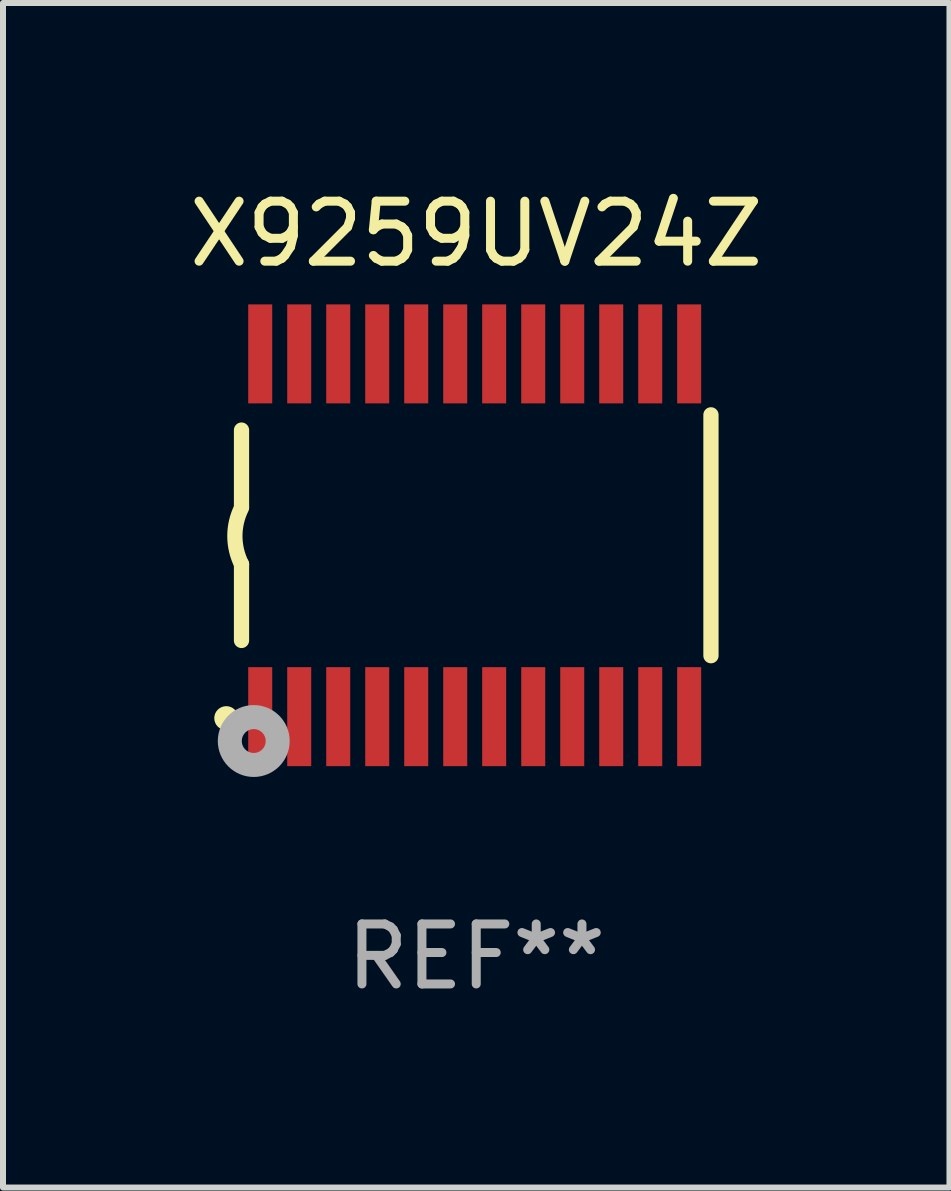
<source format=kicad_pcb>
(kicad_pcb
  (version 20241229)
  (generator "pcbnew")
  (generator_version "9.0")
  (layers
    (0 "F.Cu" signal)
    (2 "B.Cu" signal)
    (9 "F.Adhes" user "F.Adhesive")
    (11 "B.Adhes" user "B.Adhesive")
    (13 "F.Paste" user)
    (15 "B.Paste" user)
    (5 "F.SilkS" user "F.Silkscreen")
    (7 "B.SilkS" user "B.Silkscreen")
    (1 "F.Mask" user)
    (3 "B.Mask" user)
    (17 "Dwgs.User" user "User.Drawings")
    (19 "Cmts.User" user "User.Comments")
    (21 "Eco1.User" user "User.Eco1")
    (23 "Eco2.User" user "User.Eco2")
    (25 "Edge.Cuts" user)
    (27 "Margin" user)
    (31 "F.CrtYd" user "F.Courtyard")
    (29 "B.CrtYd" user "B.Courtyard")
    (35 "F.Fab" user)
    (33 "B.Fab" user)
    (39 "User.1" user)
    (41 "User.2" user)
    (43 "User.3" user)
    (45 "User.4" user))
  (footprint "X9259UV24Z"
    (layer "F.Cu")
    (at 4.887 5.871)
    (property "Reference" "X9259UV24Z" (at 0 -5.023 0) (layer "F.SilkS") (effects (font (size 1 1) (thickness 0.15))))
    (attr through_hole)
    (fp_line (start -3.912 -0.483) (end -3.912 -1.753) (stroke (width 0.254) (type solid)) (layer "F.SilkS"))
    (fp_line (start -3.912 1.753) (end -3.912 0.483) (stroke (width 0.254) (type solid)) (layer "F.SilkS"))
    (fp_line (start 3.912 -2.007) (end 3.912 2.007) (stroke (width 0.254) (type solid)) (layer "F.SilkS"))
    (fp_arc (start -3.911608 0.482601) (mid -4.022537 0.0127) (end -3.911608 -0.457201) (stroke (width 0.254001) (type solid)) (layer "F.SilkS"))
    (fp_circle (center -4.166 3.048) (end -4.066 3.048) (stroke (width 0.2) (type solid)) (fill no) (layer "F.SilkS"))
    (fp_circle (center -3.925 3.186) (end -3.895 3.186) (stroke (width 0.06) (type solid)) (fill no) (layer "F.SilkS"))
    (fp_circle (center -3.708 3.429) (end -3.509 3.429) (stroke (width 0.4) (type solid)) (fill no) (layer "F.Fab"))
    (fp_text user "REF**" (at 0 7.023 0) (layer "F.Fab") (effects (font (size 1 1) (thickness 0.15))))
    (pad "1" smd rect (at -3.6 3.023) (size 0.4 1.65) (layers "F.Cu" "F.Mask" "F.Paste"))
    (pad "2" smd rect (at -2.95 3.023) (size 0.4 1.65) (layers "F.Cu" "F.Mask" "F.Paste"))
    (pad "3" smd rect (at -2.3 3.023) (size 0.4 1.65) (layers "F.Cu" "F.Mask" "F.Paste"))
    (pad "4" smd rect (at -1.65 3.023) (size 0.4 1.65) (layers "F.Cu" "F.Mask" "F.Paste"))
    (pad "5" smd rect (at -1 3.023) (size 0.4 1.65) (layers "F.Cu" "F.Mask" "F.Paste"))
    (pad "6" smd rect (at -0.35 3.023) (size 0.4 1.65) (layers "F.Cu" "F.Mask" "F.Paste"))
    (pad "7" smd rect (at 0.299 3.023) (size 0.4 1.65) (layers "F.Cu" "F.Mask" "F.Paste"))
    (pad "8" smd rect (at 0.95 3.023) (size 0.4 1.65) (layers "F.Cu" "F.Mask" "F.Paste"))
    (pad "9" smd rect (at 1.6 3.023) (size 0.4 1.65) (layers "F.Cu" "F.Mask" "F.Paste"))
    (pad "10" smd rect (at 2.25 3.023) (size 0.4 1.65) (layers "F.Cu" "F.Mask" "F.Paste"))
    (pad "11" smd rect (at 2.9 3.023) (size 0.4 1.65) (layers "F.Cu" "F.Mask" "F.Paste"))
    (pad "12" smd rect (at 3.549 3.023) (size 0.4 1.65) (layers "F.Cu" "F.Mask" "F.Paste"))
    (pad "13" smd rect (at 3.549 -3.023) (size 0.4 1.65) (layers "F.Cu" "F.Mask" "F.Paste"))
    (pad "14" smd rect (at 2.9 -3.023) (size 0.4 1.65) (layers "F.Cu" "F.Mask" "F.Paste"))
    (pad "15" smd rect (at 2.25 -3.023) (size 0.4 1.65) (layers "F.Cu" "F.Mask" "F.Paste"))
    (pad "16" smd rect (at 1.6 -3.023) (size 0.4 1.65) (layers "F.Cu" "F.Mask" "F.Paste"))
    (pad "17" smd rect (at 0.95 -3.023) (size 0.4 1.65) (layers "F.Cu" "F.Mask" "F.Paste"))
    (pad "18" smd rect (at 0.299 -3.023) (size 0.4 1.65) (layers "F.Cu" "F.Mask" "F.Paste"))
    (pad "19" smd rect (at -0.35 -3.023) (size 0.4 1.65) (layers "F.Cu" "F.Mask" "F.Paste"))
    (pad "20" smd rect (at -1 -3.023) (size 0.4 1.65) (layers "F.Cu" "F.Mask" "F.Paste"))
    (pad "21" smd rect (at -1.65 -3.023) (size 0.4 1.65) (layers "F.Cu" "F.Mask" "F.Paste"))
    (pad "22" smd rect (at -2.3 -3.023) (size 0.4 1.65) (layers "F.Cu" "F.Mask" "F.Paste"))
    (pad "23" smd rect (at -2.95 -3.023) (size 0.4 1.65) (layers "F.Cu" "F.Mask" "F.Paste"))
    (pad "24" smd rect (at -3.6 -3.023) (size 0.4 1.65) (layers "F.Cu" "F.Mask" "F.Paste")))
  (gr_rect
    (start -3 -3)
    (end 12.774 16.742)
    (stroke (width 0.1) (type default))
    (fill no)
    (layer "Edge.Cuts")))
</source>
